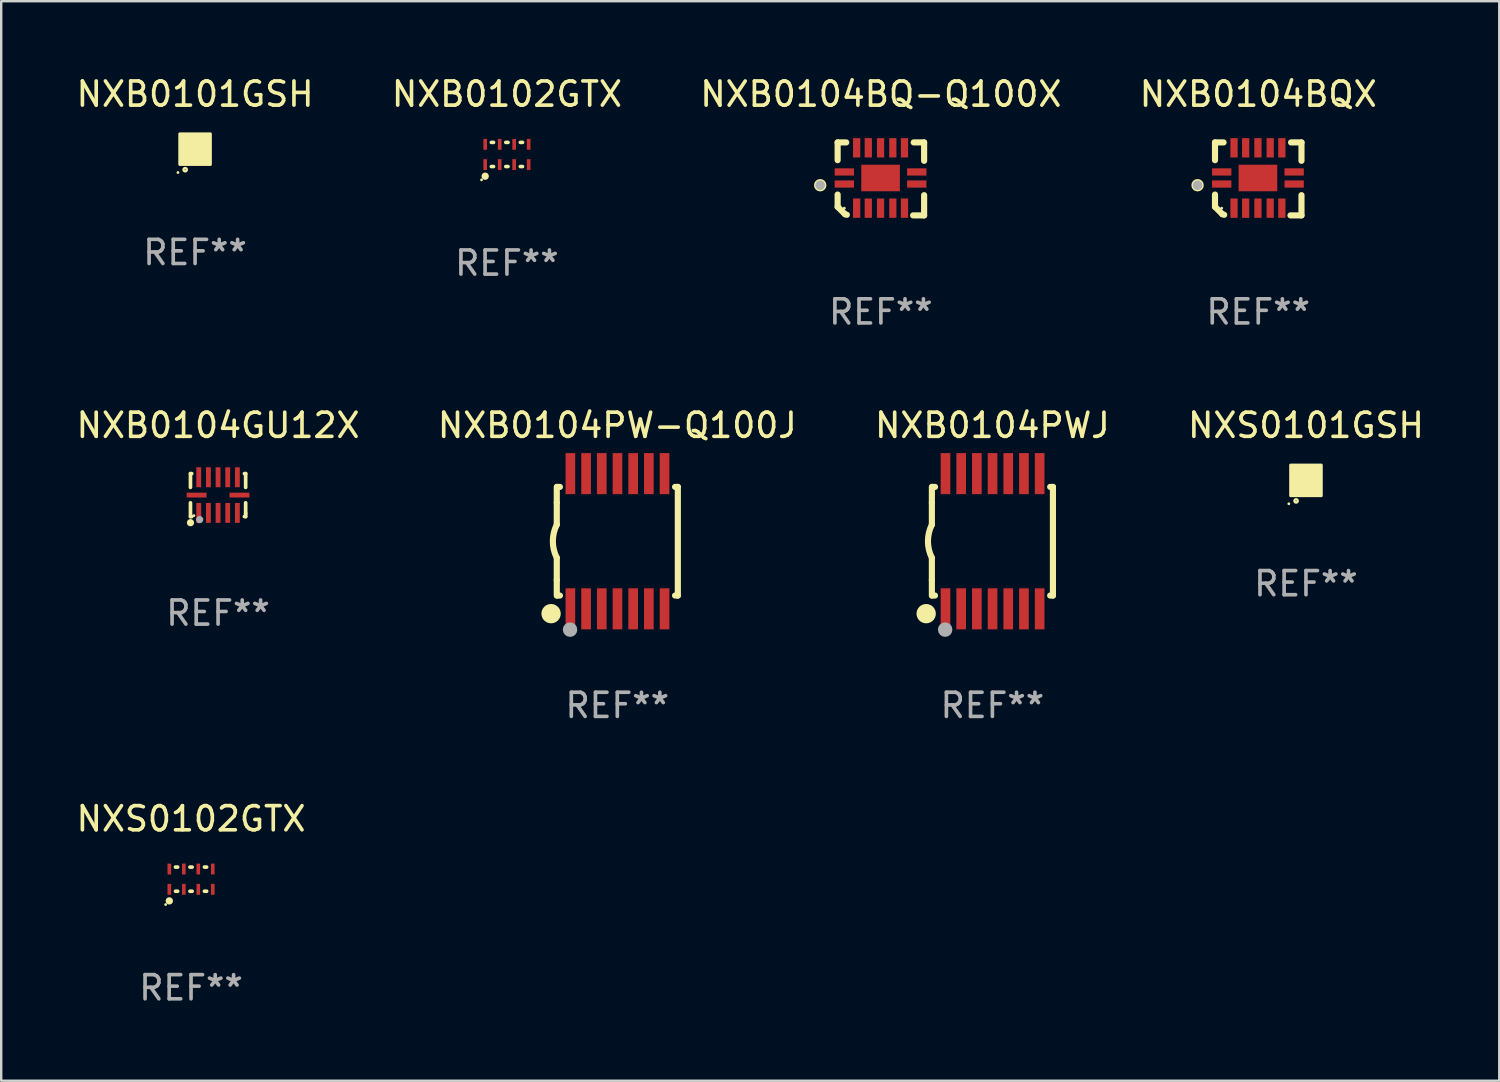
<source format=kicad_pcb>
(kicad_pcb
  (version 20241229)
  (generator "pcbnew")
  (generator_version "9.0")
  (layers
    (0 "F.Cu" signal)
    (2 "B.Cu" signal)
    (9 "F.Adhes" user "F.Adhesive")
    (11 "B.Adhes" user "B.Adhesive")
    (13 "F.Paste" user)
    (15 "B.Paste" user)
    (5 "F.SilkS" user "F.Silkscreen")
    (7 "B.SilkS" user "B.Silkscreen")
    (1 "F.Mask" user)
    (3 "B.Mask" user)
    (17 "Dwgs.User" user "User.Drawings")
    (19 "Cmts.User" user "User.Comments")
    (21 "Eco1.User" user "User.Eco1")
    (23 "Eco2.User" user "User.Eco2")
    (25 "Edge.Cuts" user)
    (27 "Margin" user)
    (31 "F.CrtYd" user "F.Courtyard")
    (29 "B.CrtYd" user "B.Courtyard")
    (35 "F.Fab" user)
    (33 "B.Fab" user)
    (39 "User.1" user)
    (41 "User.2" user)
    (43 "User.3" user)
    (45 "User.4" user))
  (footprint "NXS0102GTX"
    (layer "F.Cu")
    (at 4.863 33.364)
    (property "Reference" "NXS0102GTX" (at 0 -2.5 0) (layer "F.SilkS") (effects (font (size 1 1) (thickness 0.15))))
    (attr through_hole)
    (fp_line (start -0.646 -0.5) (end -0.554 -0.5) (stroke (width 0.15) (type solid)) (layer "F.SilkS"))
    (fp_line (start -0.646 0.5) (end -0.554 0.5) (stroke (width 0.15) (type solid)) (layer "F.SilkS"))
    (fp_line (start -0.046 -0.5) (end 0.046 -0.5) (stroke (width 0.15) (type solid)) (layer "F.SilkS"))
    (fp_line (start -0.046 0.5) (end 0.046 0.5) (stroke (width 0.15) (type solid)) (layer "F.SilkS"))
    (fp_line (start 0.554 -0.5) (end 0.646 -0.5) (stroke (width 0.15) (type solid)) (layer "F.SilkS"))
    (fp_line (start 0.554 0.5) (end 0.646 0.5) (stroke (width 0.15) (type solid)) (layer "F.SilkS"))
    (fp_circle (center -1.051 1.051) (end -1.021 1.051) (stroke (width 0.06) (type solid)) (fill no) (layer "F.SilkS"))
    (fp_circle (center -0.9 0.9) (end -0.823 0.9) (stroke (width 0.15) (type solid)) (fill no) (layer "F.SilkS"))
    (fp_text user "REF**" (at 0 4.5 0) (layer "F.Fab") (effects (font (size 1 1) (thickness 0.15))))
    (pad "1" smd rect (at -0.9 0.42) (size 0.15 0.45) (layers "F.Cu" "F.Mask" "F.Paste"))
    (pad "2" smd rect (at -0.3 0.42) (size 0.15 0.45) (layers "F.Cu" "F.Mask" "F.Paste"))
    (pad "3" smd rect (at 0.3 0.42) (size 0.15 0.45) (layers "F.Cu" "F.Mask" "F.Paste"))
    (pad "4" smd rect (at 0.9 0.42) (size 0.15 0.45) (layers "F.Cu" "F.Mask" "F.Paste"))
    (pad "5" smd rect (at 0.9 -0.42) (size 0.15 0.45) (layers "F.Cu" "F.Mask" "F.Paste"))
    (pad "6" smd rect (at 0.3 -0.42) (size 0.15 0.45) (layers "F.Cu" "F.Mask" "F.Paste"))
    (pad "7" smd rect (at -0.3 -0.42) (size 0.15 0.45) (layers "F.Cu" "F.Mask" "F.Paste"))
    (pad "8" smd rect (at -0.9 -0.42) (size 0.15 0.45) (layers "F.Cu" "F.Mask" "F.Paste")))
  (footprint "NXB0101GSH"
    (layer "F.Cu")
    (at 5.03 3.128)
    (property "Reference" "NXB0101GSH" (at 0 -2.28 0) (layer "F.SilkS") (effects (font (size 1 1) (thickness 0.15))))
    (attr through_hole)
    (fp_circle (center -0.71 0.968) (end -0.68 0.968) (stroke (width 0.06) (type solid)) (fill no) (layer "F.SilkS"))
    (fp_circle (center -0.41 0.85) (end -0.342 0.85) (stroke (width 0.1) (type solid)) (fill no) (layer "F.SilkS"))
    (fp_poly (pts (xy -0.635 -0.635) (xy 0.635 -0.635) (xy 0.635 0.635) (xy -0.635 0.635)) (stroke (width 0.12) (type solid)) (fill yes) (layer "F.SilkS"))
    (fp_text user "REF**" (at 0 4.28 0) (layer "F.Fab") (effects (font (size 1 1) (thickness 0.15))))
    (pad "1" smd rect (at -0.35 0.28 90) (size 0.35 0.2) (layers "F.Cu" "F.Mask" "F.Paste"))
    (pad "2" smd rect (at 0 0.28 90) (size 0.35 0.2) (layers "F.Cu" "F.Mask" "F.Paste"))
    (pad "3" smd rect (at 0.35 0.28 90) (size 0.35 0.2) (layers "F.Cu" "F.Mask" "F.Paste"))
    (pad "4" smd rect (at 0.35 -0.28 90) (size 0.35 0.2) (layers "F.Cu" "F.Mask" "F.Paste"))
    (pad "5" smd rect (at 0 -0.28 90) (size 0.35 0.2) (layers "F.Cu" "F.Mask" "F.Paste"))
    (pad "6" smd rect (at -0.35 -0.28 90) (size 0.35 0.2) (layers "F.Cu" "F.Mask" "F.Paste")))
  (footprint "NXS0101GSH"
    (layer "F.Cu")
    (at 51.042 16.847)
    (property "Reference" "NXS0101GSH" (at 0 -2.28 0) (layer "F.SilkS") (effects (font (size 1 1) (thickness 0.15))))
    (attr through_hole)
    (fp_circle (center -0.71 0.968) (end -0.68 0.968) (stroke (width 0.06) (type solid)) (fill no) (layer "F.SilkS"))
    (fp_circle (center -0.41 0.85) (end -0.342 0.85) (stroke (width 0.1) (type solid)) (fill no) (layer "F.SilkS"))
    (fp_poly (pts (xy -0.635 -0.635) (xy 0.635 -0.635) (xy 0.635 0.635) (xy -0.635 0.635)) (stroke (width 0.12) (type solid)) (fill yes) (layer "F.SilkS"))
    (fp_text user "REF**" (at 0 4.28 0) (layer "F.Fab") (effects (font (size 1 1) (thickness 0.15))))
    (pad "1" smd rect (at -0.35 0.28 90) (size 0.35 0.2) (layers "F.Cu" "F.Mask" "F.Paste"))
    (pad "2" smd rect (at 0 0.28 90) (size 0.35 0.2) (layers "F.Cu" "F.Mask" "F.Paste"))
    (pad "3" smd rect (at 0.35 0.28 90) (size 0.35 0.2) (layers "F.Cu" "F.Mask" "F.Paste"))
    (pad "4" smd rect (at 0.35 -0.28 90) (size 0.35 0.2) (layers "F.Cu" "F.Mask" "F.Paste"))
    (pad "5" smd rect (at 0 -0.28 90) (size 0.35 0.2) (layers "F.Cu" "F.Mask" "F.Paste"))
    (pad "6" smd rect (at -0.35 -0.28 90) (size 0.35 0.2) (layers "F.Cu" "F.Mask" "F.Paste")))
  (footprint "NXB0104GU12X"
    (layer "F.Cu")
    (at 5.982 17.456)
    (property "Reference" "NXB0104GU12X" (at 0 -2.889 0) (layer "F.SilkS") (effects (font (size 1 1) (thickness 0.15))))
    (attr through_hole)
    (fp_line (start -1.143 -0.889) (end -1.143 -0.32) (stroke (width 0.152) (type solid)) (layer "F.SilkS"))
    (fp_line (start -1.143 0.32) (end -1.143 0.889) (stroke (width 0.152) (type solid)) (layer "F.SilkS"))
    (fp_line (start -1.143 0.889) (end -1.092 0.889) (stroke (width 0.152) (type solid)) (layer "F.SilkS"))
    (fp_line (start -1.092 -0.889) (end -1.143 -0.889) (stroke (width 0.152) (type solid)) (layer "F.SilkS"))
    (fp_line (start 1.092 0.889) (end 1.143 0.889) (stroke (width 0.152) (type solid)) (layer "F.SilkS"))
    (fp_line (start 1.143 -0.889) (end 1.092 -0.889) (stroke (width 0.152) (type solid)) (layer "F.SilkS"))
    (fp_line (start 1.143 -0.32) (end 1.143 -0.889) (stroke (width 0.152) (type solid)) (layer "F.SilkS"))
    (fp_line (start 1.143 0.762) (end 1.143 0.32) (stroke (width 0.152) (type solid)) (layer "F.SilkS"))
    (fp_line (start 1.143 0.889) (end 1.143 0.762) (stroke (width 0.152) (type solid)) (layer "F.SilkS"))
    (fp_circle (center -1.143 1.143) (end -1.068 1.143) (stroke (width 0.15) (type solid)) (fill no) (layer "F.SilkS"))
    (fp_circle (center -1 0.85) (end -0.97 0.85) (stroke (width 0.06) (type solid)) (fill no) (layer "F.SilkS"))
    (fp_circle (center -0.762 1.016) (end -0.687 1.016) (stroke (width 0.15) (type solid)) (fill no) (layer "F.Fab"))
    (fp_text user "REF**" (at 0 4.889 0) (layer "F.Fab") (effects (font (size 1 1) (thickness 0.15))))
    (pad "1" smd rect (at -0.8 0.738) (size 0.2 0.825) (layers "F.Cu" "F.Mask" "F.Paste"))
    (pad "2" smd rect (at -0.4 0.738) (size 0.2 0.825) (layers "F.Cu" "F.Mask" "F.Paste"))
    (pad "3" smd rect (at 0 0.738) (size 0.2 0.825) (layers "F.Cu" "F.Mask" "F.Paste"))
    (pad "4" smd rect (at 0.4 0.738) (size 0.2 0.825) (layers "F.Cu" "F.Mask" "F.Paste"))
    (pad "5" smd rect (at 0.8 0.738) (size 0.2 0.825) (layers "F.Cu" "F.Mask" "F.Paste"))
    (pad "6" smd rect (at 0.887 0) (size 0.825 0.2) (layers "F.Cu" "F.Mask" "F.Paste"))
    (pad "7" smd rect (at 0.8 -0.738) (size 0.2 0.825) (layers "F.Cu" "F.Mask" "F.Paste"))
    (pad "8" smd rect (at 0.4 -0.738) (size 0.2 0.825) (layers "F.Cu" "F.Mask" "F.Paste"))
    (pad "9" smd rect (at 0 -0.738) (size 0.2 0.825) (layers "F.Cu" "F.Mask" "F.Paste"))
    (pad "10" smd rect (at -0.4 -0.738) (size 0.2 0.825) (layers "F.Cu" "F.Mask" "F.Paste"))
    (pad "11" smd rect (at -0.8 -0.738) (size 0.2 0.825) (layers "F.Cu" "F.Mask" "F.Paste"))
    (pad "12" smd rect (at -0.887 0) (size 0.825 0.2) (layers "F.Cu" "F.Mask" "F.Paste")))
  (footprint "NXB0104BQ-Q100X"
    (layer "F.Cu")
    (at 33.435 4.36)
    (property "Reference" "NXB0104BQ-Q100X" (at 0 -3.511 0) (layer "F.SilkS") (effects (font (size 1 1) (thickness 0.15))))
    (attr through_hole)
    (fp_line (start -1.791 -1.511) (end -1.435 -1.511) (stroke (width 0.254) (type solid)) (layer "F.SilkS"))
    (fp_line (start -1.791 -0.775) (end -1.791 -1.511) (stroke (width 0.254) (type solid)) (layer "F.SilkS"))
    (fp_line (start -1.791 1.156) (end -1.791 0.648) (stroke (width 0.254) (type solid)) (layer "F.SilkS"))
    (fp_line (start -1.486 1.461) (end -1.791 1.156) (stroke (width 0.254) (type solid)) (layer "F.SilkS"))
    (fp_line (start -1.41 1.486) (end -1.486 1.461) (stroke (width 0.254) (type solid)) (layer "F.SilkS"))
    (fp_line (start 1.334 1.511) (end 1.791 1.511) (stroke (width 0.254) (type solid)) (layer "F.SilkS"))
    (fp_line (start 1.791 -1.511) (end 1.359 -1.511) (stroke (width 0.254) (type solid)) (layer "F.SilkS"))
    (fp_line (start 1.791 -0.749) (end 1.791 -1.511) (stroke (width 0.254) (type solid)) (layer "F.SilkS"))
    (fp_line (start 1.791 1.511) (end 1.791 0.673) (stroke (width 0.254) (type solid)) (layer "F.SilkS"))
    (fp_circle (center -2.513 0.262) (end -2.383 0.262) (stroke (width 0.254) (type solid)) (fill no) (layer "F.SilkS"))
    (fp_circle (center -1.513 1.212) (end -1.483 1.212) (stroke (width 0.06) (type solid)) (fill no) (layer "F.SilkS"))
    (fp_circle (center -2.513 0.262) (end -2.413 0.262) (stroke (width 0.2) (type solid)) (fill no) (layer "F.Fab"))
    (fp_text user "REF**" (at 0 5.511 0) (layer "F.Fab") (effects (font (size 1 1) (thickness 0.15))))
    (pad "1" smd rect (at -1.513 0.212) (size 0.8 0.3) (layers "F.Cu" "F.Mask" "F.Paste"))
    (pad "2" smd rect (at -1.003 1.212) (size 0.3 0.8) (layers "F.Cu" "F.Mask" "F.Paste"))
    (pad "3" smd rect (at -0.521 1.212) (size 0.3 0.8) (layers "F.Cu" "F.Mask" "F.Paste"))
    (pad "4" smd rect (at -0.013 1.212) (size 0.3 0.8) (layers "F.Cu" "F.Mask" "F.Paste"))
    (pad "5" smd rect (at 0.495 1.212) (size 0.3 0.8) (layers "F.Cu" "F.Mask" "F.Paste"))
    (pad "6" smd rect (at 0.978 1.212) (size 0.3 0.8) (layers "F.Cu" "F.Mask" "F.Paste"))
    (pad "7" smd rect (at 1.487 0.212) (size 0.8 0.3) (layers "F.Cu" "F.Mask" "F.Paste"))
    (pad "8" smd rect (at 1.487 -0.288) (size 0.8 0.3) (layers "F.Cu" "F.Mask" "F.Paste"))
    (pad "9" smd rect (at 0.978 -1.288) (size 0.3 0.8) (layers "F.Cu" "F.Mask" "F.Paste"))
    (pad "10" smd rect (at 0.495 -1.288) (size 0.3 0.8) (layers "F.Cu" "F.Mask" "F.Paste"))
    (pad "11" smd rect (at -0.013 -1.288) (size 0.3 0.8) (layers "F.Cu" "F.Mask" "F.Paste"))
    (pad "12" smd rect (at -0.521 -1.288) (size 0.3 0.8) (layers "F.Cu" "F.Mask" "F.Paste"))
    (pad "13" smd rect (at -1.003 -1.288) (size 0.3 0.8) (layers "F.Cu" "F.Mask" "F.Paste"))
    (pad "14" smd rect (at -1.513 -0.288) (size 0.8 0.3) (layers "F.Cu" "F.Mask" "F.Paste"))
    (pad "15" smd rect (at -0.013 -0.038 90) (size 1.1 1.6) (layers "F.Cu" "F.Mask" "F.Paste")))
  (footprint "NXB0104BQX"
    (layer "F.Cu")
    (at 49.065 4.36)
    (property "Reference" "NXB0104BQX" (at 0 -3.511 0) (layer "F.SilkS") (effects (font (size 1 1) (thickness 0.15))))
    (attr through_hole)
    (fp_line (start -1.791 -1.511) (end -1.435 -1.511) (stroke (width 0.254) (type solid)) (layer "F.SilkS"))
    (fp_line (start -1.791 -0.775) (end -1.791 -1.511) (stroke (width 0.254) (type solid)) (layer "F.SilkS"))
    (fp_line (start -1.791 1.156) (end -1.791 0.648) (stroke (width 0.254) (type solid)) (layer "F.SilkS"))
    (fp_line (start -1.486 1.461) (end -1.791 1.156) (stroke (width 0.254) (type solid)) (layer "F.SilkS"))
    (fp_line (start -1.41 1.486) (end -1.486 1.461) (stroke (width 0.254) (type solid)) (layer "F.SilkS"))
    (fp_line (start 1.334 1.511) (end 1.791 1.511) (stroke (width 0.254) (type solid)) (layer "F.SilkS"))
    (fp_line (start 1.791 -1.511) (end 1.359 -1.511) (stroke (width 0.254) (type solid)) (layer "F.SilkS"))
    (fp_line (start 1.791 -0.749) (end 1.791 -1.511) (stroke (width 0.254) (type solid)) (layer "F.SilkS"))
    (fp_line (start 1.791 1.511) (end 1.791 0.673) (stroke (width 0.254) (type solid)) (layer "F.SilkS"))
    (fp_circle (center -2.513 0.262) (end -2.383 0.262) (stroke (width 0.254) (type solid)) (fill no) (layer "F.SilkS"))
    (fp_circle (center -1.513 1.212) (end -1.483 1.212) (stroke (width 0.06) (type solid)) (fill no) (layer "F.SilkS"))
    (fp_circle (center -2.513 0.262) (end -2.413 0.262) (stroke (width 0.2) (type solid)) (fill no) (layer "F.Fab"))
    (fp_text user "REF**" (at 0 5.511 0) (layer "F.Fab") (effects (font (size 1 1) (thickness 0.15))))
    (pad "1" smd rect (at -1.513 0.212) (size 0.8 0.3) (layers "F.Cu" "F.Mask" "F.Paste"))
    (pad "2" smd rect (at -1.003 1.212) (size 0.3 0.8) (layers "F.Cu" "F.Mask" "F.Paste"))
    (pad "3" smd rect (at -0.521 1.212) (size 0.3 0.8) (layers "F.Cu" "F.Mask" "F.Paste"))
    (pad "4" smd rect (at -0.013 1.212) (size 0.3 0.8) (layers "F.Cu" "F.Mask" "F.Paste"))
    (pad "5" smd rect (at 0.495 1.212) (size 0.3 0.8) (layers "F.Cu" "F.Mask" "F.Paste"))
    (pad "6" smd rect (at 0.978 1.212) (size 0.3 0.8) (layers "F.Cu" "F.Mask" "F.Paste"))
    (pad "7" smd rect (at 1.487 0.212) (size 0.8 0.3) (layers "F.Cu" "F.Mask" "F.Paste"))
    (pad "8" smd rect (at 1.487 -0.288) (size 0.8 0.3) (layers "F.Cu" "F.Mask" "F.Paste"))
    (pad "9" smd rect (at 0.978 -1.288) (size 0.3 0.8) (layers "F.Cu" "F.Mask" "F.Paste"))
    (pad "10" smd rect (at 0.495 -1.288) (size 0.3 0.8) (layers "F.Cu" "F.Mask" "F.Paste"))
    (pad "11" smd rect (at -0.013 -1.288) (size 0.3 0.8) (layers "F.Cu" "F.Mask" "F.Paste"))
    (pad "12" smd rect (at -0.521 -1.288) (size 0.3 0.8) (layers "F.Cu" "F.Mask" "F.Paste"))
    (pad "13" smd rect (at -1.003 -1.288) (size 0.3 0.8) (layers "F.Cu" "F.Mask" "F.Paste"))
    (pad "14" smd rect (at -1.513 -0.288) (size 0.8 0.3) (layers "F.Cu" "F.Mask" "F.Paste"))
    (pad "15" smd rect (at -0.013 -0.038 90) (size 1.1 1.6) (layers "F.Cu" "F.Mask" "F.Paste")))
  (footprint "NXB0104PWJ"
    (layer "F.Cu")
    (at 38.054 19.367)
    (property "Reference" "NXB0104PWJ" (at 0 -4.8 0) (layer "F.SilkS") (effects (font (size 1 1) (thickness 0.15))))
    (attr through_hole)
    (fp_line (start -2.507 -1.6) (end -2.507 -2.25) (stroke (width 0.254) (type solid)) (layer "F.SilkS"))
    (fp_line (start -2.507 -0.686) (end -2.507 -1.6) (stroke (width 0.254) (type solid)) (layer "F.SilkS"))
    (fp_line (start -2.507 1.6) (end -2.507 0.686) (stroke (width 0.254) (type solid)) (layer "F.SilkS"))
    (fp_line (start -2.507 1.6) (end -2.507 2.25) (stroke (width 0.254) (type solid)) (layer "F.SilkS"))
    (fp_line (start -2.493 -2.25) (end -2.377 -2.25) (stroke (width 0.254) (type solid)) (layer "F.SilkS"))
    (fp_line (start -2.377 2.25) (end -2.493 2.25) (stroke (width 0.254) (type solid)) (layer "F.SilkS"))
    (fp_line (start 2.392 -2.25) (end 2.507 -2.25) (stroke (width 0.254) (type solid)) (layer "F.SilkS"))
    (fp_line (start 2.507 -2.25) (end 2.507 2.25) (stroke (width 0.254) (type solid)) (layer "F.SilkS"))
    (fp_line (start 2.507 2.25) (end 2.392 2.25) (stroke (width 0.254) (type solid)) (layer "F.SilkS"))
    (fp_arc (start -2.507303 0.685802) (mid -2.669199 0) (end -2.507303 -0.685801) (stroke (width 0.254001) (type solid)) (layer "F.SilkS"))
    (fp_circle (center -2.743 3) (end -2.543 3) (stroke (width 0.4) (type solid)) (fill no) (layer "F.SilkS"))
    (fp_circle (center -2.493 3.2) (end -2.463 3.2) (stroke (width 0.06) (type solid)) (fill no) (layer "F.SilkS"))
    (fp_circle (center -1.957 3.662) (end -1.807 3.662) (stroke (width 0.3) (type solid)) (fill no) (layer "F.Fab"))
    (fp_text user "REF**" (at 0 6.8 0) (layer "F.Fab") (effects (font (size 1 1) (thickness 0.15))))
    (pad "1" smd rect (at -1.943 2.8) (size 0.4 1.7) (layers "F.Cu" "F.Mask" "F.Paste"))
    (pad "2" smd rect (at -1.293 2.8) (size 0.4 1.7) (layers "F.Cu" "F.Mask" "F.Paste"))
    (pad "3" smd rect (at -0.643 2.8) (size 0.4 1.7) (layers "F.Cu" "F.Mask" "F.Paste"))
    (pad "4" smd rect (at 0.007 2.8) (size 0.4 1.7) (layers "F.Cu" "F.Mask" "F.Paste"))
    (pad "5" smd rect (at 0.657 2.8) (size 0.4 1.7) (layers "F.Cu" "F.Mask" "F.Paste"))
    (pad "6" smd rect (at 1.307 2.8) (size 0.4 1.7) (layers "F.Cu" "F.Mask" "F.Paste"))
    (pad "7" smd rect (at 1.957 2.8) (size 0.4 1.7) (layers "F.Cu" "F.Mask" "F.Paste"))
    (pad "8" smd rect (at 1.957 -2.8) (size 0.4 1.7) (layers "F.Cu" "F.Mask" "F.Paste"))
    (pad "9" smd rect (at 1.307 -2.8) (size 0.4 1.7) (layers "F.Cu" "F.Mask" "F.Paste"))
    (pad "10" smd rect (at 0.657 -2.8) (size 0.4 1.7) (layers "F.Cu" "F.Mask" "F.Paste"))
    (pad "11" smd rect (at 0.007 -2.8) (size 0.4 1.7) (layers "F.Cu" "F.Mask" "F.Paste"))
    (pad "12" smd rect (at -0.643 -2.8) (size 0.4 1.7) (layers "F.Cu" "F.Mask" "F.Paste"))
    (pad "13" smd rect (at -1.293 -2.8) (size 0.4 1.7) (layers "F.Cu" "F.Mask" "F.Paste"))
    (pad "14" smd rect (at -1.943 -2.8) (size 0.4 1.7) (layers "F.Cu" "F.Mask" "F.Paste")))
  (footprint "NXB0104PW-Q100J"
    (layer "F.Cu")
    (at 22.518 19.367)
    (property "Reference" "NXB0104PW-Q100J" (at 0 -4.8 0) (layer "F.SilkS") (effects (font (size 1 1) (thickness 0.15))))
    (attr through_hole)
    (fp_line (start -2.507 -1.6) (end -2.507 -2.25) (stroke (width 0.254) (type solid)) (layer "F.SilkS"))
    (fp_line (start -2.507 -0.686) (end -2.507 -1.6) (stroke (width 0.254) (type solid)) (layer "F.SilkS"))
    (fp_line (start -2.507 1.6) (end -2.507 0.686) (stroke (width 0.254) (type solid)) (layer "F.SilkS"))
    (fp_line (start -2.507 1.6) (end -2.507 2.25) (stroke (width 0.254) (type solid)) (layer "F.SilkS"))
    (fp_line (start -2.493 -2.25) (end -2.377 -2.25) (stroke (width 0.254) (type solid)) (layer "F.SilkS"))
    (fp_line (start -2.377 2.25) (end -2.493 2.25) (stroke (width 0.254) (type solid)) (layer "F.SilkS"))
    (fp_line (start 2.392 -2.25) (end 2.507 -2.25) (stroke (width 0.254) (type solid)) (layer "F.SilkS"))
    (fp_line (start 2.507 -2.25) (end 2.507 2.25) (stroke (width 0.254) (type solid)) (layer "F.SilkS"))
    (fp_line (start 2.507 2.25) (end 2.392 2.25) (stroke (width 0.254) (type solid)) (layer "F.SilkS"))
    (fp_arc (start -2.507303 0.685802) (mid -2.669199 0) (end -2.507303 -0.685801) (stroke (width 0.254001) (type solid)) (layer "F.SilkS"))
    (fp_circle (center -2.743 3) (end -2.543 3) (stroke (width 0.4) (type solid)) (fill no) (layer "F.SilkS"))
    (fp_circle (center -2.493 3.2) (end -2.463 3.2) (stroke (width 0.06) (type solid)) (fill no) (layer "F.SilkS"))
    (fp_circle (center -1.957 3.662) (end -1.807 3.662) (stroke (width 0.3) (type solid)) (fill no) (layer "F.Fab"))
    (fp_text user "REF**" (at 0 6.8 0) (layer "F.Fab") (effects (font (size 1 1) (thickness 0.15))))
    (pad "1" smd rect (at -1.943 2.8) (size 0.4 1.7) (layers "F.Cu" "F.Mask" "F.Paste"))
    (pad "2" smd rect (at -1.293 2.8) (size 0.4 1.7) (layers "F.Cu" "F.Mask" "F.Paste"))
    (pad "3" smd rect (at -0.643 2.8) (size 0.4 1.7) (layers "F.Cu" "F.Mask" "F.Paste"))
    (pad "4" smd rect (at 0.007 2.8) (size 0.4 1.7) (layers "F.Cu" "F.Mask" "F.Paste"))
    (pad "5" smd rect (at 0.657 2.8) (size 0.4 1.7) (layers "F.Cu" "F.Mask" "F.Paste"))
    (pad "6" smd rect (at 1.307 2.8) (size 0.4 1.7) (layers "F.Cu" "F.Mask" "F.Paste"))
    (pad "7" smd rect (at 1.957 2.8) (size 0.4 1.7) (layers "F.Cu" "F.Mask" "F.Paste"))
    (pad "8" smd rect (at 1.957 -2.8) (size 0.4 1.7) (layers "F.Cu" "F.Mask" "F.Paste"))
    (pad "9" smd rect (at 1.307 -2.8) (size 0.4 1.7) (layers "F.Cu" "F.Mask" "F.Paste"))
    (pad "10" smd rect (at 0.657 -2.8) (size 0.4 1.7) (layers "F.Cu" "F.Mask" "F.Paste"))
    (pad "11" smd rect (at 0.007 -2.8) (size 0.4 1.7) (layers "F.Cu" "F.Mask" "F.Paste"))
    (pad "12" smd rect (at -0.643 -2.8) (size 0.4 1.7) (layers "F.Cu" "F.Mask" "F.Paste"))
    (pad "13" smd rect (at -1.293 -2.8) (size 0.4 1.7) (layers "F.Cu" "F.Mask" "F.Paste"))
    (pad "14" smd rect (at -1.943 -2.8) (size 0.4 1.7) (layers "F.Cu" "F.Mask" "F.Paste")))
  (footprint "NXB0102GTX"
    (layer "F.Cu")
    (at 17.946 3.348)
    (property "Reference" "NXB0102GTX" (at 0 -2.5 0) (layer "F.SilkS") (effects (font (size 1 1) (thickness 0.15))))
    (attr through_hole)
    (fp_line (start -0.646 -0.5) (end -0.554 -0.5) (stroke (width 0.15) (type solid)) (layer "F.SilkS"))
    (fp_line (start -0.646 0.5) (end -0.554 0.5) (stroke (width 0.15) (type solid)) (layer "F.SilkS"))
    (fp_line (start -0.046 -0.5) (end 0.046 -0.5) (stroke (width 0.15) (type solid)) (layer "F.SilkS"))
    (fp_line (start -0.046 0.5) (end 0.046 0.5) (stroke (width 0.15) (type solid)) (layer "F.SilkS"))
    (fp_line (start 0.554 -0.5) (end 0.646 -0.5) (stroke (width 0.15) (type solid)) (layer "F.SilkS"))
    (fp_line (start 0.554 0.5) (end 0.646 0.5) (stroke (width 0.15) (type solid)) (layer "F.SilkS"))
    (fp_circle (center -1.051 1.051) (end -1.021 1.051) (stroke (width 0.06) (type solid)) (fill no) (layer "F.SilkS"))
    (fp_circle (center -0.9 0.9) (end -0.823 0.9) (stroke (width 0.15) (type solid)) (fill no) (layer "F.SilkS"))
    (fp_text user "REF**" (at 0 4.5 0) (layer "F.Fab") (effects (font (size 1 1) (thickness 0.15))))
    (pad "1" smd rect (at -0.9 0.42) (size 0.15 0.45) (layers "F.Cu" "F.Mask" "F.Paste"))
    (pad "2" smd rect (at -0.3 0.42) (size 0.15 0.45) (layers "F.Cu" "F.Mask" "F.Paste"))
    (pad "3" smd rect (at 0.3 0.42) (size 0.15 0.45) (layers "F.Cu" "F.Mask" "F.Paste"))
    (pad "4" smd rect (at 0.9 0.42) (size 0.15 0.45) (layers "F.Cu" "F.Mask" "F.Paste"))
    (pad "5" smd rect (at 0.9 -0.42) (size 0.15 0.45) (layers "F.Cu" "F.Mask" "F.Paste"))
    (pad "6" smd rect (at 0.3 -0.42) (size 0.15 0.45) (layers "F.Cu" "F.Mask" "F.Paste"))
    (pad "7" smd rect (at -0.3 -0.42) (size 0.15 0.45) (layers "F.Cu" "F.Mask" "F.Paste"))
    (pad "8" smd rect (at -0.9 -0.42) (size 0.15 0.45) (layers "F.Cu" "F.Mask" "F.Paste")))
  (gr_rect
    (start -3 -3)
    (end 59.048 41.712)
    (stroke (width 0.1) (type default))
    (fill no)
    (layer "Edge.Cuts")))
</source>
